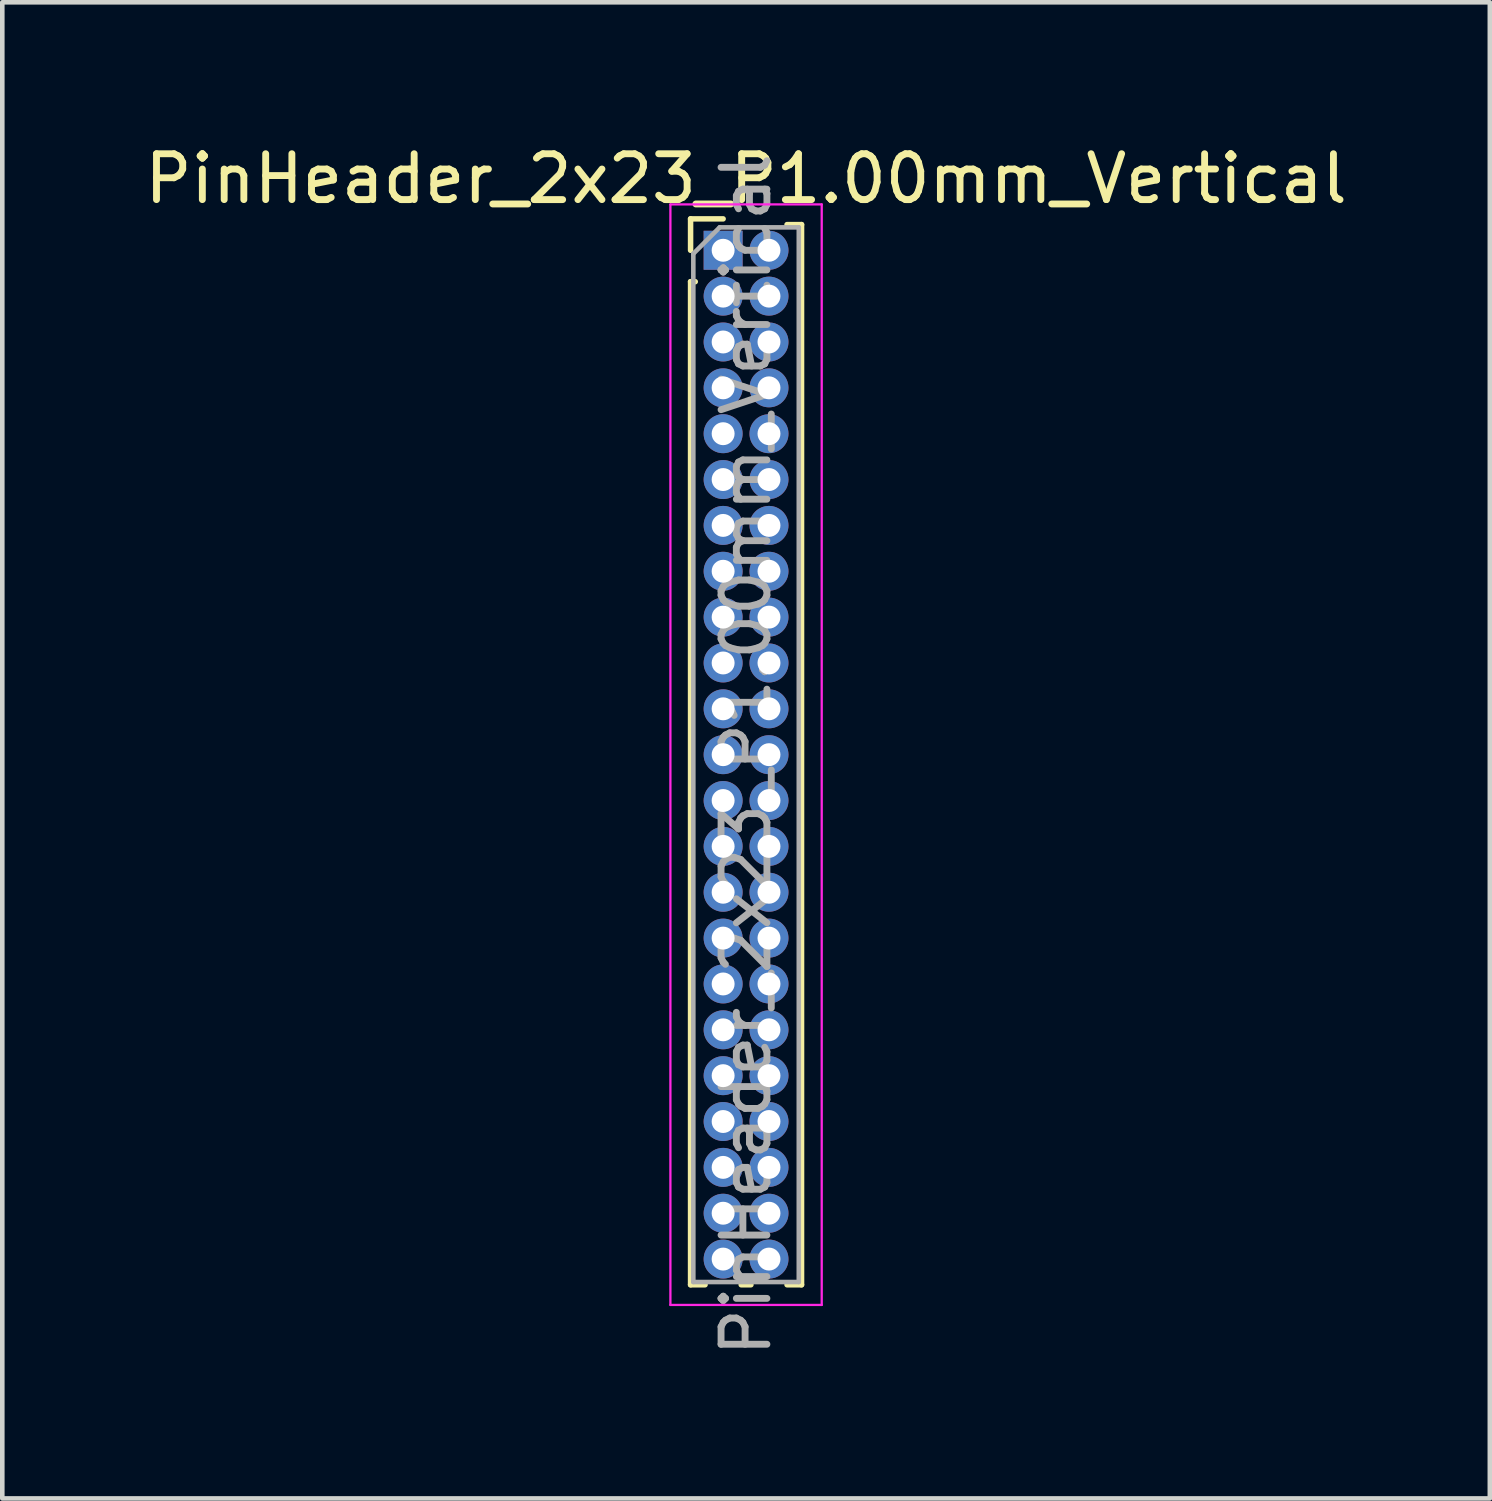
<source format=kicad_pcb>
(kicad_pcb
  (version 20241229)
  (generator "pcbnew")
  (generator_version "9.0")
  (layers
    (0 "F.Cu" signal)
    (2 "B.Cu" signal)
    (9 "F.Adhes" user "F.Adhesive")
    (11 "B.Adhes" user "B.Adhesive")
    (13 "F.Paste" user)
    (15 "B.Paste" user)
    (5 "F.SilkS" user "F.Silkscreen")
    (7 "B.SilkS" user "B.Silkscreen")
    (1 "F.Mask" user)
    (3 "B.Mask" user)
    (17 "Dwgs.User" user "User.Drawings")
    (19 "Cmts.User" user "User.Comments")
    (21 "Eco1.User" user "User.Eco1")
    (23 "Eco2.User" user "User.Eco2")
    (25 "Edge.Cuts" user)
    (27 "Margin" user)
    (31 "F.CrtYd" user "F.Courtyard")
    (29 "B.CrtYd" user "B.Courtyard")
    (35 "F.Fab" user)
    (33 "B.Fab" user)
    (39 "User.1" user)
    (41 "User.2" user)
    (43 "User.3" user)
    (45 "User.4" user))
  (footprint "PinHeader_2x23_P1.00mm_Vertical"
    (layer "F.Cu")
    (at 12.72 2.408)
    (property "Reference" "PinHeader_2x23_P1.00mm_Vertical" (at 0.5 -1.56 0) (layer "F.SilkS") (effects (font (size 1 1) (thickness 0.15))))
    (attr through_hole)
    (fp_line (start -0.71 -0.685) (end 0 -0.685) (stroke (width 0.12) (type solid)) (layer "F.SilkS"))
    (fp_line (start -0.71 0) (end -0.71 -0.685) (stroke (width 0.12) (type solid)) (layer "F.SilkS"))
    (fp_line (start -0.71 0.685) (end -0.71 22.56) (stroke (width 0.12) (type solid)) (layer "F.SilkS"))
    (fp_line (start -0.71 0.685) (end -0.608 0.685) (stroke (width 0.12) (type solid)) (layer "F.SilkS"))
    (fp_line (start -0.71 22.56) (end -0.394 22.56) (stroke (width 0.12) (type solid)) (layer "F.SilkS"))
    (fp_line (start 0.394 22.56) (end 0.606 22.56) (stroke (width 0.12) (type solid)) (layer "F.SilkS"))
    (fp_line (start 1.394 -0.56) (end 1.71 -0.56) (stroke (width 0.12) (type solid)) (layer "F.SilkS"))
    (fp_line (start 1.394 22.56) (end 1.71 22.56) (stroke (width 0.12) (type solid)) (layer "F.SilkS"))
    (fp_line (start 1.71 -0.56) (end 1.71 22.56) (stroke (width 0.12) (type solid)) (layer "F.SilkS"))
    (fp_line (start -1.15 -1) (end -1.15 23) (stroke (width 0.05) (type solid)) (layer "F.CrtYd"))
    (fp_line (start -1.15 23) (end 2.15 23) (stroke (width 0.05) (type solid)) (layer "F.CrtYd"))
    (fp_line (start 2.15 -1) (end -1.15 -1) (stroke (width 0.05) (type solid)) (layer "F.CrtYd"))
    (fp_line (start 2.15 23) (end 2.15 -1) (stroke (width 0.05) (type solid)) (layer "F.CrtYd"))
    (fp_line (start -0.65 0.075) (end -0.075 -0.5) (stroke (width 0.1) (type solid)) (layer "F.Fab"))
    (fp_line (start -0.65 22.5) (end -0.65 0.075) (stroke (width 0.1) (type solid)) (layer "F.Fab"))
    (fp_line (start -0.075 -0.5) (end 1.65 -0.5) (stroke (width 0.1) (type solid)) (layer "F.Fab"))
    (fp_line (start 1.65 -0.5) (end 1.65 22.5) (stroke (width 0.1) (type solid)) (layer "F.Fab"))
    (fp_line (start 1.65 22.5) (end -0.65 22.5) (stroke (width 0.1) (type solid)) (layer "F.Fab"))
    (fp_text user "${REFERENCE}" (at 0.5 11 90) (layer "F.Fab") (effects (font (size 1 1) (thickness 0.15))))
    (pad "1" thru_hole rect (at 0 0) (size 0.85 0.85) (drill 0.5) (layers "*.Cu" "*.Mask"))
    (pad "2" thru_hole oval (at 1 0) (size 0.85 0.85) (drill 0.5) (layers "*.Cu" "*.Mask"))
    (pad "3" thru_hole oval (at 0 1) (size 0.85 0.85) (drill 0.5) (layers "*.Cu" "*.Mask"))
    (pad "4" thru_hole oval (at 1 1) (size 0.85 0.85) (drill 0.5) (layers "*.Cu" "*.Mask"))
    (pad "5" thru_hole oval (at 0 2) (size 0.85 0.85) (drill 0.5) (layers "*.Cu" "*.Mask"))
    (pad "6" thru_hole oval (at 1 2) (size 0.85 0.85) (drill 0.5) (layers "*.Cu" "*.Mask"))
    (pad "7" thru_hole oval (at 0 3) (size 0.85 0.85) (drill 0.5) (layers "*.Cu" "*.Mask"))
    (pad "8" thru_hole oval (at 1 3) (size 0.85 0.85) (drill 0.5) (layers "*.Cu" "*.Mask"))
    (pad "9" thru_hole oval (at 0 4) (size 0.85 0.85) (drill 0.5) (layers "*.Cu" "*.Mask"))
    (pad "10" thru_hole oval (at 1 4) (size 0.85 0.85) (drill 0.5) (layers "*.Cu" "*.Mask"))
    (pad "11" thru_hole oval (at 0 5) (size 0.85 0.85) (drill 0.5) (layers "*.Cu" "*.Mask"))
    (pad "12" thru_hole oval (at 1 5) (size 0.85 0.85) (drill 0.5) (layers "*.Cu" "*.Mask"))
    (pad "13" thru_hole oval (at 0 6) (size 0.85 0.85) (drill 0.5) (layers "*.Cu" "*.Mask"))
    (pad "14" thru_hole oval (at 1 6) (size 0.85 0.85) (drill 0.5) (layers "*.Cu" "*.Mask"))
    (pad "15" thru_hole oval (at 0 7) (size 0.85 0.85) (drill 0.5) (layers "*.Cu" "*.Mask"))
    (pad "16" thru_hole oval (at 1 7) (size 0.85 0.85) (drill 0.5) (layers "*.Cu" "*.Mask"))
    (pad "17" thru_hole oval (at 0 8) (size 0.85 0.85) (drill 0.5) (layers "*.Cu" "*.Mask"))
    (pad "18" thru_hole oval (at 1 8) (size 0.85 0.85) (drill 0.5) (layers "*.Cu" "*.Mask"))
    (pad "19" thru_hole oval (at 0 9) (size 0.85 0.85) (drill 0.5) (layers "*.Cu" "*.Mask"))
    (pad "20" thru_hole oval (at 1 9) (size 0.85 0.85) (drill 0.5) (layers "*.Cu" "*.Mask"))
    (pad "21" thru_hole oval (at 0 10) (size 0.85 0.85) (drill 0.5) (layers "*.Cu" "*.Mask"))
    (pad "22" thru_hole oval (at 1 10) (size 0.85 0.85) (drill 0.5) (layers "*.Cu" "*.Mask"))
    (pad "23" thru_hole oval (at 0 11) (size 0.85 0.85) (drill 0.5) (layers "*.Cu" "*.Mask"))
    (pad "24" thru_hole oval (at 1 11) (size 0.85 0.85) (drill 0.5) (layers "*.Cu" "*.Mask"))
    (pad "25" thru_hole oval (at 0 12) (size 0.85 0.85) (drill 0.5) (layers "*.Cu" "*.Mask"))
    (pad "26" thru_hole oval (at 1 12) (size 0.85 0.85) (drill 0.5) (layers "*.Cu" "*.Mask"))
    (pad "27" thru_hole oval (at 0 13) (size 0.85 0.85) (drill 0.5) (layers "*.Cu" "*.Mask"))
    (pad "28" thru_hole oval (at 1 13) (size 0.85 0.85) (drill 0.5) (layers "*.Cu" "*.Mask"))
    (pad "29" thru_hole oval (at 0 14) (size 0.85 0.85) (drill 0.5) (layers "*.Cu" "*.Mask"))
    (pad "30" thru_hole oval (at 1 14) (size 0.85 0.85) (drill 0.5) (layers "*.Cu" "*.Mask"))
    (pad "31" thru_hole oval (at 0 15) (size 0.85 0.85) (drill 0.5) (layers "*.Cu" "*.Mask"))
    (pad "32" thru_hole oval (at 1 15) (size 0.85 0.85) (drill 0.5) (layers "*.Cu" "*.Mask"))
    (pad "33" thru_hole oval (at 0 16) (size 0.85 0.85) (drill 0.5) (layers "*.Cu" "*.Mask"))
    (pad "34" thru_hole oval (at 1 16) (size 0.85 0.85) (drill 0.5) (layers "*.Cu" "*.Mask"))
    (pad "35" thru_hole oval (at 0 17) (size 0.85 0.85) (drill 0.5) (layers "*.Cu" "*.Mask"))
    (pad "36" thru_hole oval (at 1 17) (size 0.85 0.85) (drill 0.5) (layers "*.Cu" "*.Mask"))
    (pad "37" thru_hole oval (at 0 18) (size 0.85 0.85) (drill 0.5) (layers "*.Cu" "*.Mask"))
    (pad "38" thru_hole oval (at 1 18) (size 0.85 0.85) (drill 0.5) (layers "*.Cu" "*.Mask"))
    (pad "39" thru_hole oval (at 0 19) (size 0.85 0.85) (drill 0.5) (layers "*.Cu" "*.Mask"))
    (pad "40" thru_hole oval (at 1 19) (size 0.85 0.85) (drill 0.5) (layers "*.Cu" "*.Mask"))
    (pad "41" thru_hole oval (at 0 20) (size 0.85 0.85) (drill 0.5) (layers "*.Cu" "*.Mask"))
    (pad "42" thru_hole oval (at 1 20) (size 0.85 0.85) (drill 0.5) (layers "*.Cu" "*.Mask"))
    (pad "43" thru_hole oval (at 0 21) (size 0.85 0.85) (drill 0.5) (layers "*.Cu" "*.Mask"))
    (pad "44" thru_hole oval (at 1 21) (size 0.85 0.85) (drill 0.5) (layers "*.Cu" "*.Mask"))
    (pad "45" thru_hole oval (at 0 22) (size 0.85 0.85) (drill 0.5) (layers "*.Cu" "*.Mask"))
    (pad "46" thru_hole oval (at 1 22) (size 0.85 0.85) (drill 0.5) (layers "*.Cu" "*.Mask")))
  (gr_rect
    (start -3 -3)
    (end 29.44 29.628)
    (stroke (width 0.1) (type default))
    (fill no)
    (layer "Edge.Cuts")))
</source>
